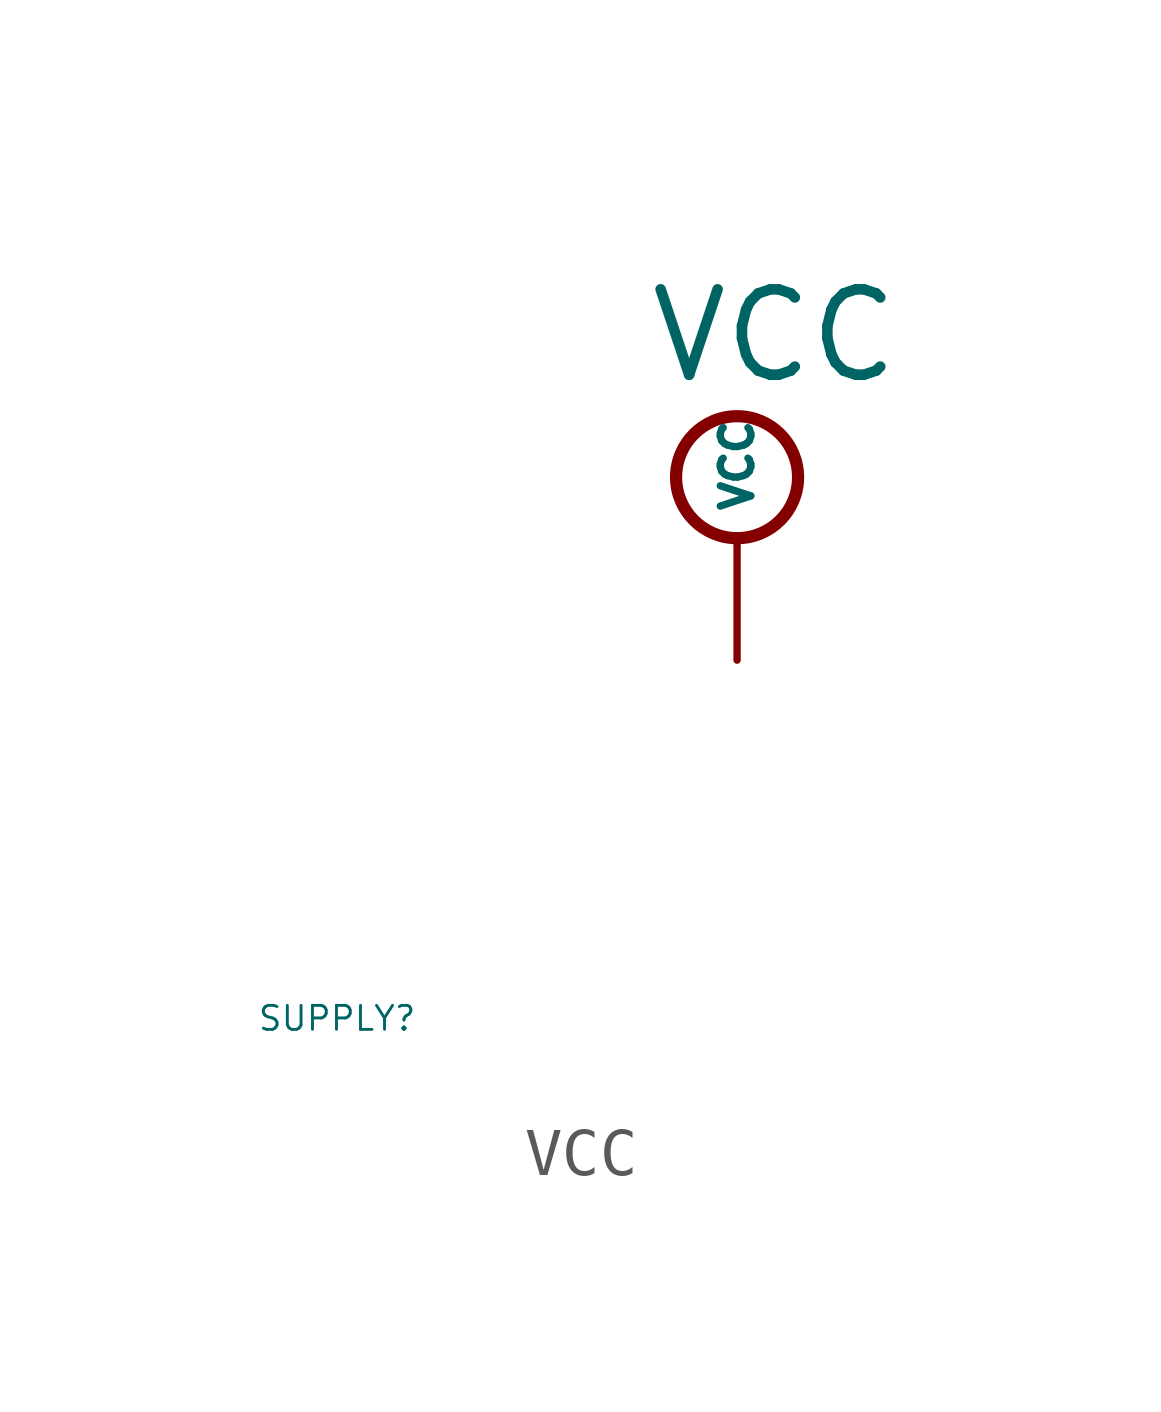
<source format=kicad_sym>
(kicad_symbol_lib
  (version 20220914)
  (generator Eagle2Kicad)
  (symbol "VCC"
    (property "Reference" "SUPPLY"
      (at -10 -10 0)
      (effects (font (size 0.5 0.5) (thickness 0.06)) (justify left)))
    (property "Value" "VCC"
      (at -1.905 3.175 0)
      (effects (font (size 1.778 1.778) (thickness 0.22)) (justify left bottom)))
    (circle
      (center 0 1.27)
      (radius 1.27)
      (stroke (width 0.254) (type default))
      (fill (type none)))
    (pin unspecified line
      (at 0 -2.54 90)
      (length 2.54)
      (name "VCC" (effects (font (size 0.635 0.635) (thickness 0.08)) (justify left bottom)))
      (number "" (effects (font (size 0.635 0.635) (thickness 0.08)) (justify left bottom))))))
</source>
